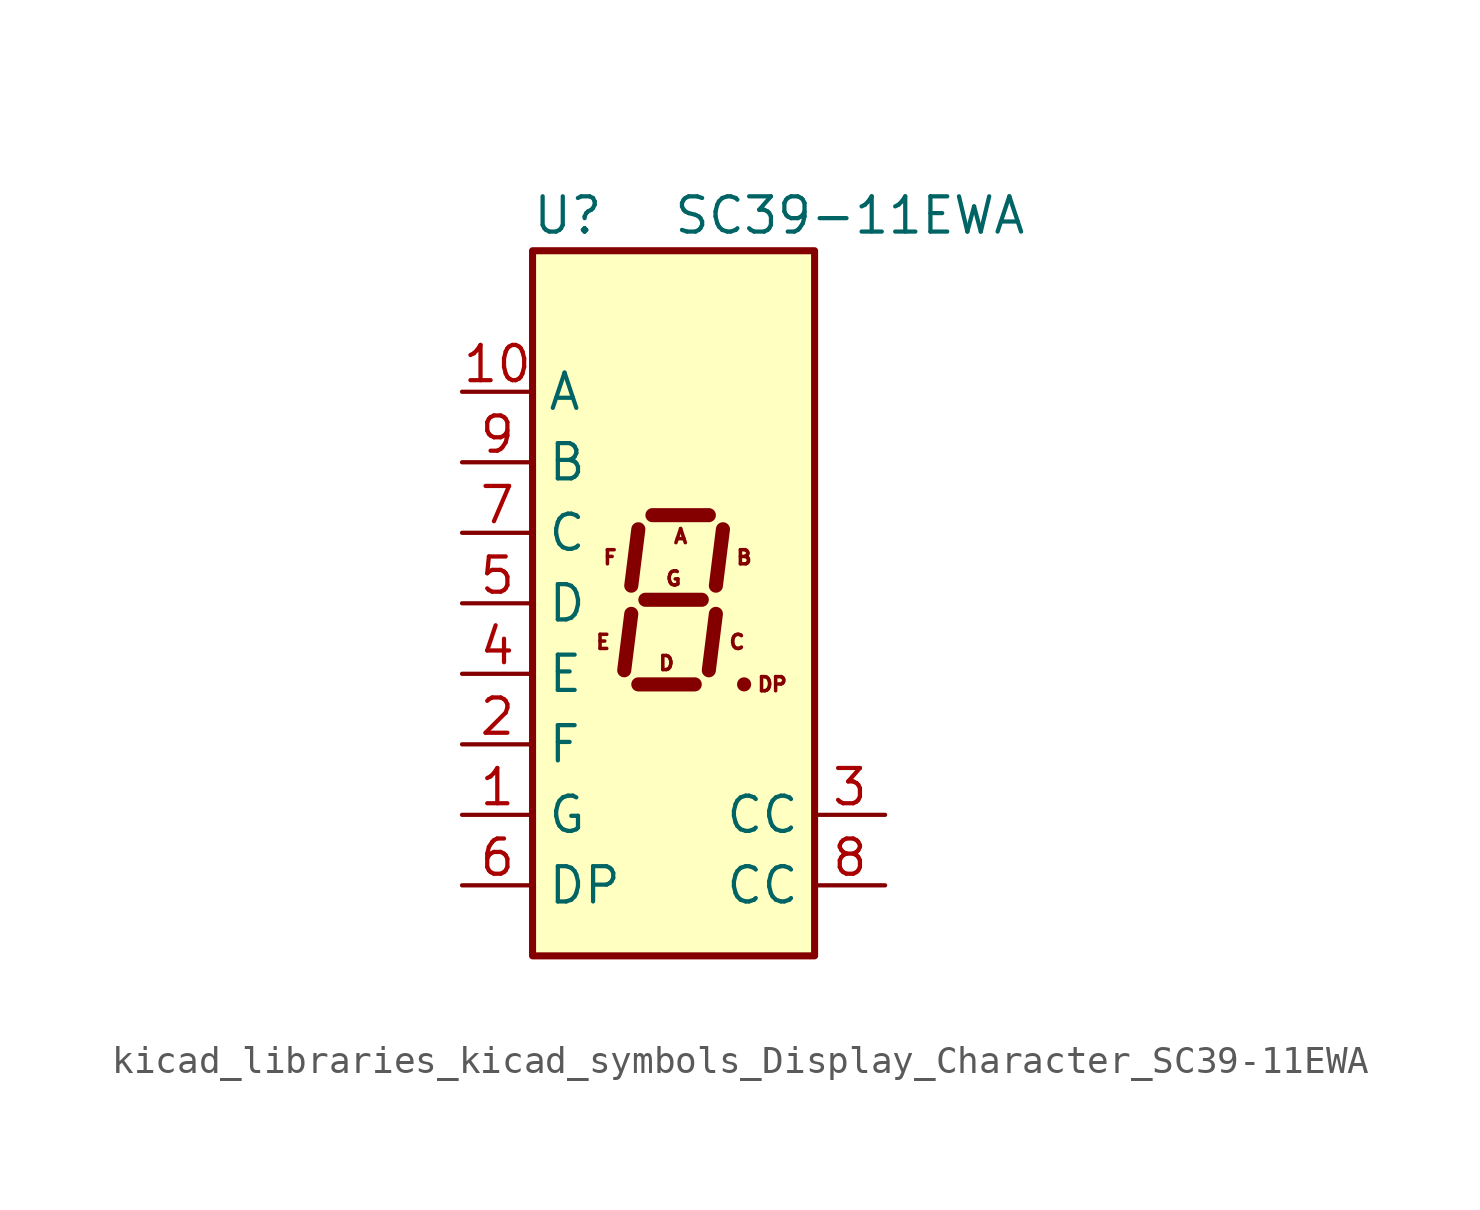
<source format=kicad_sym>
(kicad_symbol_lib
  (version 20220914)
  (generator kicad_symbol_editor)
  (symbol "kicad_libraries_kicad_symbols_Display_Character_SC39-11EWA"
    (property "Reference" "U"
      (at -3.81 13.97 0)
      (effects (font (size 1.27 1.27))))
    (property "Value" "SC39-11EWA"
      (at 6.35 13.97 0)
      (effects (font (size 1.27 1.27))))
    (symbol "kicad_libraries_kicad_symbols_Display_Character_SC39-11EWA_1_0"
      (text "A" (at 0.254 2.413 0) (effects (font (size 0.508 0.508))))
      (text "B" (at 2.54 1.651 0) (effects (font (size 0.508 0.508))))
      (text "C" (at 2.286 -1.397 0) (effects (font (size 0.508 0.508))))
      (text "D" (at -0.254 -2.159 0) (effects (font (size 0.508 0.508))))
      (text "DP" (at 3.556 -2.921 0) (effects (font (size 0.508 0.508))))
      (text "E" (at -2.54 -1.397 0) (effects (font (size 0.508 0.508))))
      (text "F" (at -2.286 1.651 0) (effects (font (size 0.508 0.508))))
      (text "G" (at 0 0.889 0) (effects (font (size 0.508 0.508)))))
    (symbol "kicad_libraries_kicad_symbols_Display_Character_SC39-11EWA_1_1"
      (rectangle (start -5.08 12.7) (end 5.08 -12.7) (stroke (width 0.254) (type default)) (fill (type background)))
      (polyline (pts (xy -1.524 -0.381) (xy -1.778 -2.413)) (stroke (width 0.508) (type default)) (fill (type none)))
      (polyline (pts (xy -1.27 -2.921) (xy 0.762 -2.921)) (stroke (width 0.508) (type default)) (fill (type none)))
      (polyline (pts (xy -1.27 2.667) (xy -1.524 0.635)) (stroke (width 0.508) (type default)) (fill (type none)))
      (polyline (pts (xy -1.016 0.127) (xy 1.016 0.127)) (stroke (width 0.508) (type default)) (fill (type none)))
      (polyline (pts (xy -0.762 3.175) (xy 1.27 3.175)) (stroke (width 0.508) (type default)) (fill (type none)))
      (polyline (pts (xy 1.524 -0.381) (xy 1.27 -2.413)) (stroke (width 0.508) (type default)) (fill (type none)))
      (polyline (pts (xy 1.778 2.667) (xy 1.524 0.635)) (stroke (width 0.508) (type default)) (fill (type none)))
      (polyline (pts (xy 2.54 -2.921) (xy 2.54 -2.921)) (stroke (width 0.508) (type default)) (fill (type none)))
      (pin input line (at -7.62 -7.62 0) (length 2.54) (name "G" (effects (font (size 1.27 1.27)))) (number "1" (effects (font (size 1.27 1.27)))))
      (pin input line (at -7.62 7.62 0) (length 2.54) (name "A" (effects (font (size 1.27 1.27)))) (number "10" (effects (font (size 1.27 1.27)))))
      (pin input line (at -7.62 -5.08 0) (length 2.54) (name "F" (effects (font (size 1.27 1.27)))) (number "2" (effects (font (size 1.27 1.27)))))
      (pin input line (at 7.62 -7.62 180) (length 2.54) (name "CC" (effects (font (size 1.27 1.27)))) (number "3" (effects (font (size 1.27 1.27)))))
      (pin input line (at -7.62 -2.54 0) (length 2.54) (name "E" (effects (font (size 1.27 1.27)))) (number "4" (effects (font (size 1.27 1.27)))))
      (pin input line (at -7.62 0 0) (length 2.54) (name "D" (effects (font (size 1.27 1.27)))) (number "5" (effects (font (size 1.27 1.27)))))
      (pin input line (at -7.62 -10.16 0) (length 2.54) (name "DP" (effects (font (size 1.27 1.27)))) (number "6" (effects (font (size 1.27 1.27)))))
      (pin input line (at -7.62 2.54 0) (length 2.54) (name "C" (effects (font (size 1.27 1.27)))) (number "7" (effects (font (size 1.27 1.27)))))
      (pin input line (at 7.62 -10.16 180) (length 2.54) (name "CC" (effects (font (size 1.27 1.27)))) (number "8" (effects (font (size 1.27 1.27)))))
      (pin input line (at -7.62 5.08 0) (length 2.54) (name "B" (effects (font (size 1.27 1.27)))) (number "9" (effects (font (size 1.27 1.27))))))))
</source>
